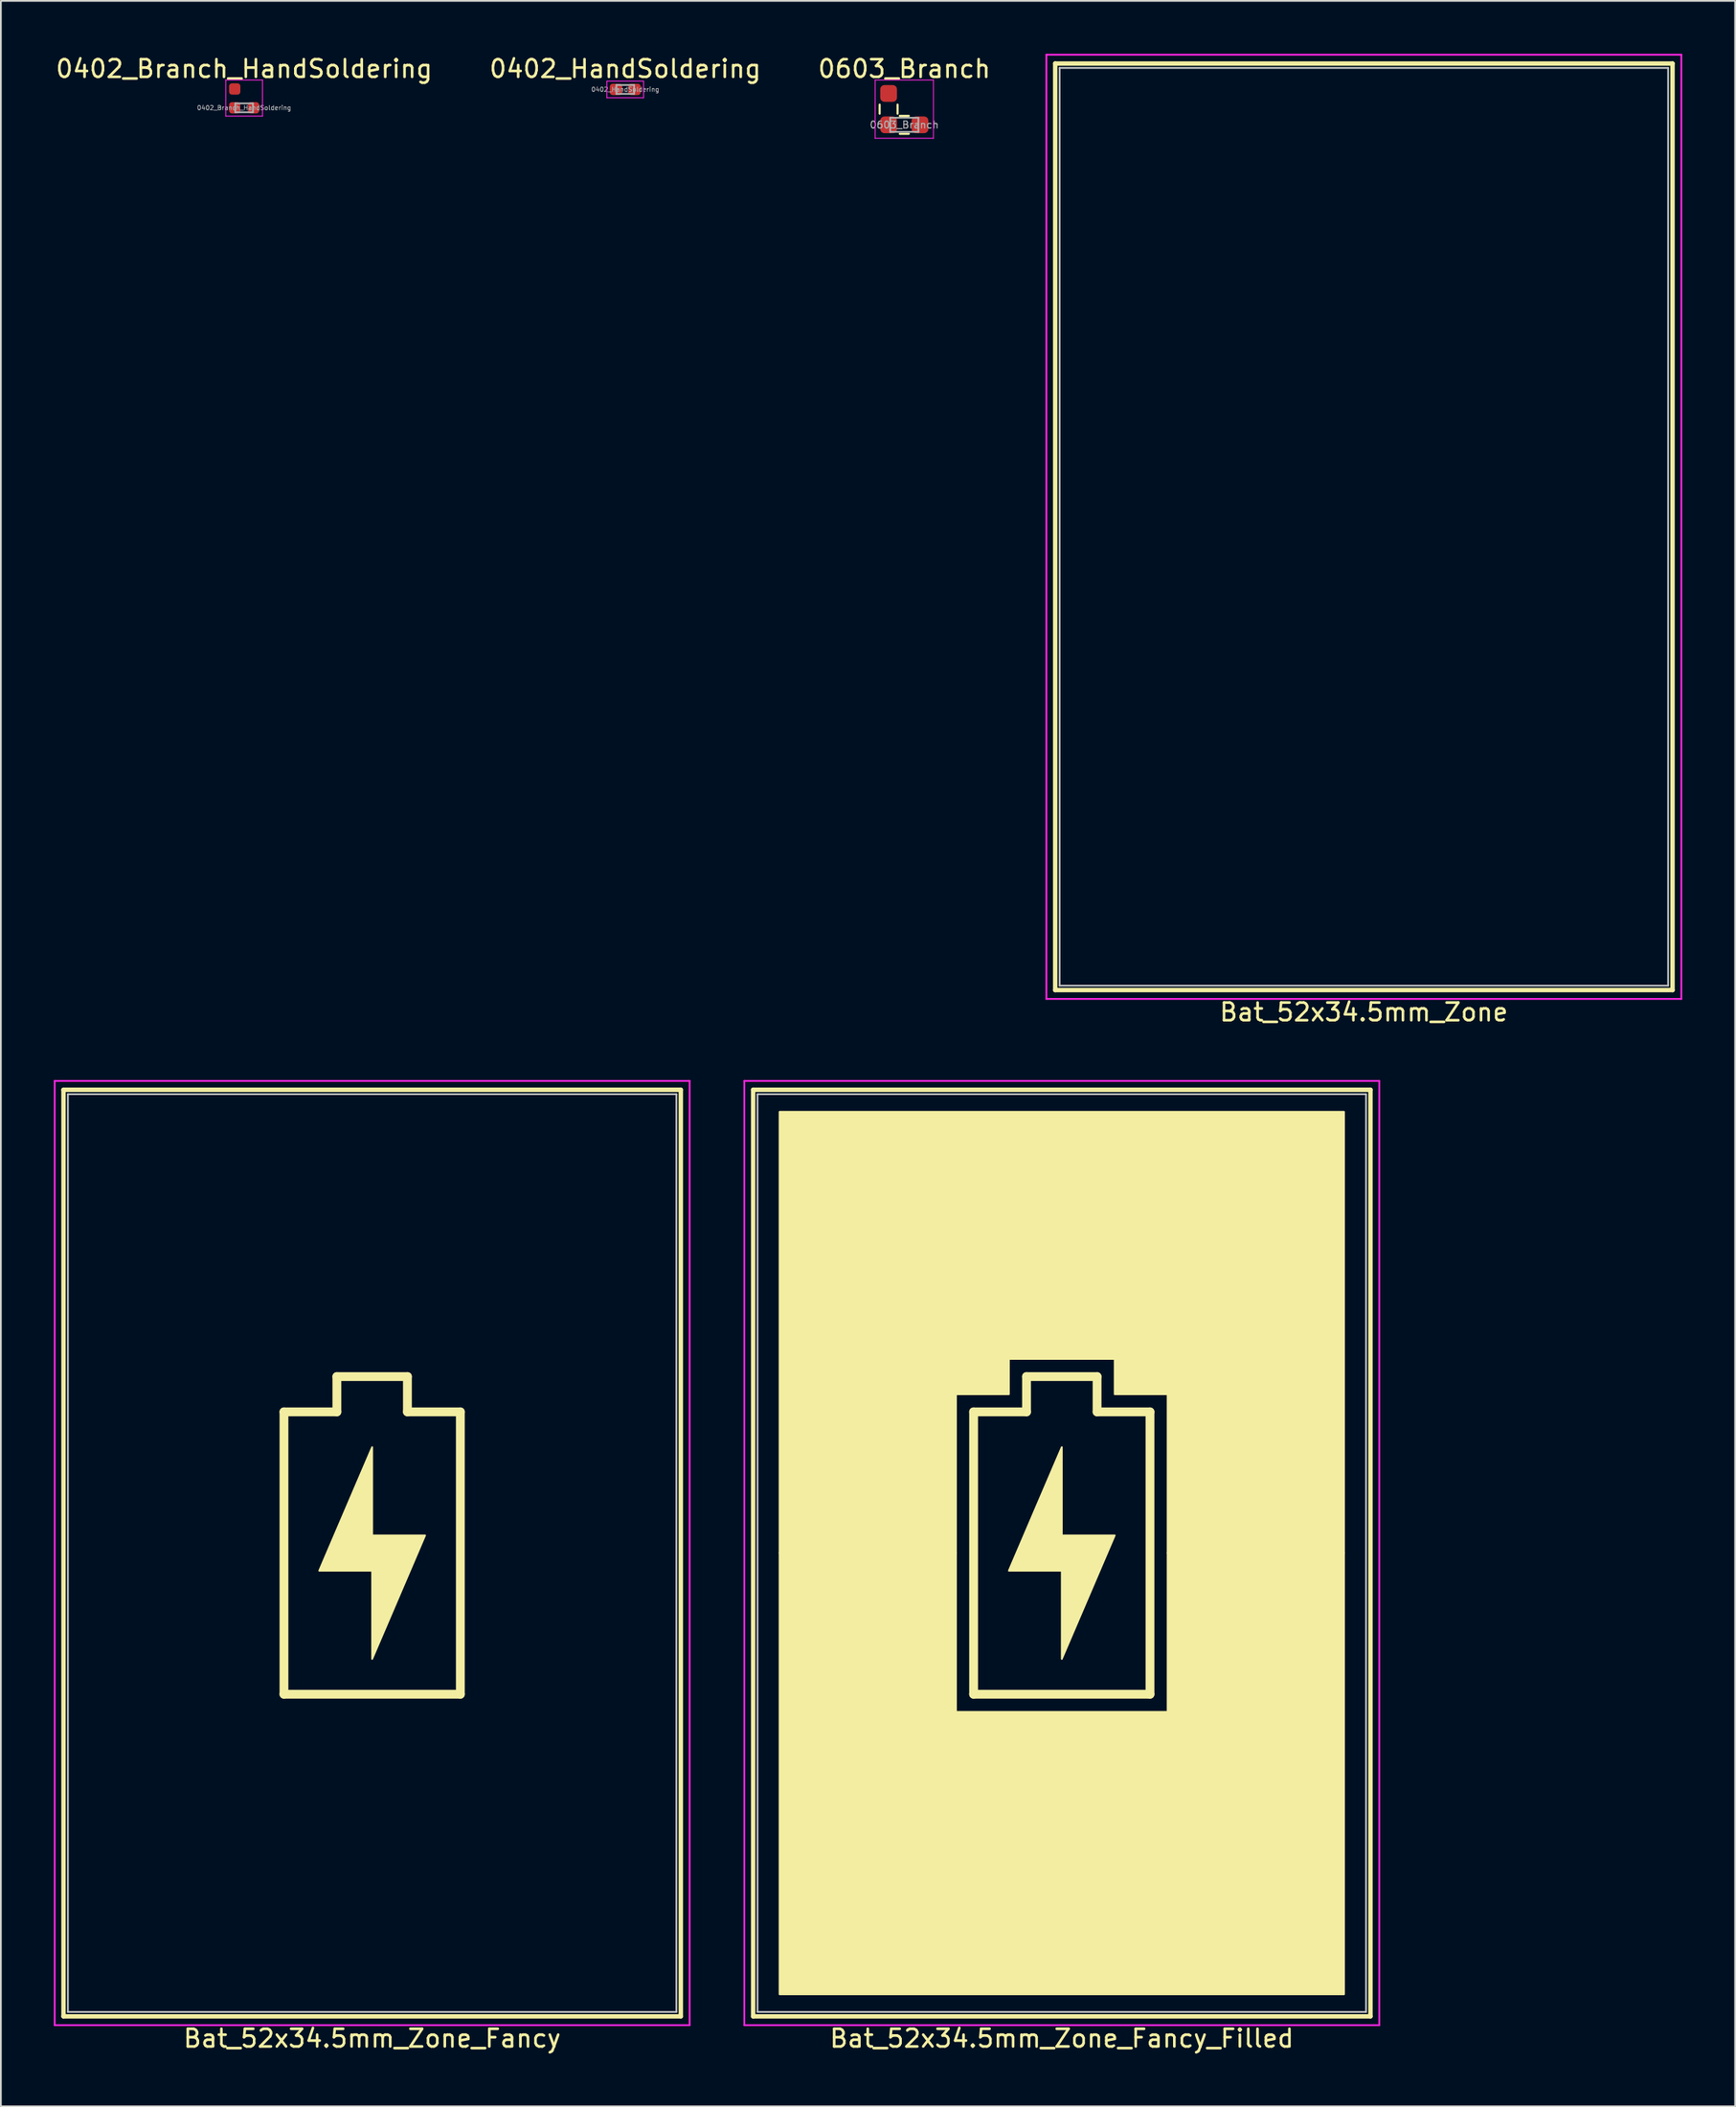
<source format=kicad_pcb>
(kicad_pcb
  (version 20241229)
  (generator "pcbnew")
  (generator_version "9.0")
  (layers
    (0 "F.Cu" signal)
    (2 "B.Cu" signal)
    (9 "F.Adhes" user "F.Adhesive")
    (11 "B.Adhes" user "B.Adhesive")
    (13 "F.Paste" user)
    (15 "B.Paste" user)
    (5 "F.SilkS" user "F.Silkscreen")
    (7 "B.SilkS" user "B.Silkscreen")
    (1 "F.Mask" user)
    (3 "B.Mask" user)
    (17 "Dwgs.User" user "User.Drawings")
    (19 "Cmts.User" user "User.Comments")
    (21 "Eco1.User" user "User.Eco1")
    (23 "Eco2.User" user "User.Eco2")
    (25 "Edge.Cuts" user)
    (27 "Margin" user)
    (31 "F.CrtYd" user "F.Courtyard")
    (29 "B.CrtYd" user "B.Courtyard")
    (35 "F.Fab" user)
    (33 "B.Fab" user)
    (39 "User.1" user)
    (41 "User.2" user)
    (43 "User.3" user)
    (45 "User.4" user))
  (footprint "Bat_52x34.5mm_Zone"
    (layer "F.Cu")
    (at 74.276 26.8)
    (property "Reference" "Bat_52x34.5mm_Zone" (at 0 27.5 0) (layer "F.SilkS") (effects (font (size 1 1) (thickness 0.15))))
    (attr smd)
    (fp_line (start -17.5 -26.25) (end -17.5 26.25) (stroke (width 0.25) (type solid)) (layer "F.SilkS"))
    (fp_line (start -17.5 -26.25) (end 17.5 -26.25) (stroke (width 0.25) (type solid)) (layer "F.SilkS"))
    (fp_line (start -17.5 26.25) (end 17.5 26.25) (stroke (width 0.25) (type solid)) (layer "F.SilkS"))
    (fp_line (start 17.5 -26.25) (end 17.5 26.25) (stroke (width 0.25) (type solid)) (layer "F.SilkS"))
    (fp_line (start -17.25 -26) (end -17.25 26) (stroke (width 0.1) (type solid)) (layer "Dwgs.User"))
    (fp_line (start -17.25 -26) (end 17.25 -26) (stroke (width 0.1) (type solid)) (layer "Dwgs.User"))
    (fp_line (start -17.25 26) (end 17.25 26) (stroke (width 0.1) (type solid)) (layer "Dwgs.User"))
    (fp_line (start 17.25 -26) (end 17.25 26) (stroke (width 0.1) (type solid)) (layer "Dwgs.User"))
    (fp_line (start -18 -26.75) (end -18 26.75) (stroke (width 0.1) (type solid)) (layer "F.CrtYd"))
    (fp_line (start -18 -26.75) (end 18 -26.75) (stroke (width 0.1) (type solid)) (layer "F.CrtYd"))
    (fp_line (start -18 26.75) (end 18 26.75) (stroke (width 0.1) (type solid)) (layer "F.CrtYd"))
    (fp_line (start 18 -26.75) (end 18 26.75) (stroke (width 0.1) (type solid)) (layer "F.CrtYd")))
  (footprint "0402_HandSoldering"
    (layer "F.Cu")
    (at 32.399 2.018)
    (property "Reference" "0402_HandSoldering" (at 0 -1.17 0) (layer "F.SilkS") (effects (font (size 1 1) (thickness 0.15))))
    (attr smd)
    (fp_line (start -1.041 -0.47) (end 1.041 -0.47) (stroke (width 0.05) (type solid)) (layer "F.CrtYd"))
    (fp_line (start -1.041 0.47) (end -1.041 -0.47) (stroke (width 0.05) (type solid)) (layer "F.CrtYd"))
    (fp_line (start 1.041 -0.47) (end 1.041 0.47) (stroke (width 0.05) (type solid)) (layer "F.CrtYd"))
    (fp_line (start 1.041 0.47) (end -1.041 0.47) (stroke (width 0.05) (type solid)) (layer "F.CrtYd"))
    (fp_line (start -0.5 -0.25) (end 0.5 -0.25) (stroke (width 0.1) (type solid)) (layer "F.Fab"))
    (fp_line (start -0.5 0.25) (end -0.5 -0.25) (stroke (width 0.1) (type solid)) (layer "F.Fab"))
    (fp_line (start 0.5 -0.25) (end 0.5 0.25) (stroke (width 0.1) (type solid)) (layer "F.Fab"))
    (fp_line (start 0.5 0.25) (end -0.5 0.25) (stroke (width 0.1) (type solid)) (layer "F.Fab"))
    (fp_text user "${REFERENCE}" (at 0 0 0) (layer "F.Fab") (effects (font (size 0.25 0.25) (thickness 0.04))))
    (pad "1" smd roundrect (at -0.521 0) (size 0.711 0.64) (layers "F.Cu" "F.Mask" "F.Paste") (roundrect_rratio 0.25))
    (pad "2" smd roundrect (at 0.521 0) (size 0.711 0.64) (layers "F.Cu" "F.Mask" "F.Paste") (roundrect_rratio 0.25)))
  (footprint "0603_Branch"
    (layer "F.Cu")
    (at 47.331 4.023)
    (property "Reference" "0603_Branch" (at 0.889 -3.175 0) (layer "F.SilkS") (effects (font (size 1 1) (thickness 0.15))))
    (attr smd)
    (fp_line (start -0.508 -0.635) (end -0.508 -1.143) (stroke (width 0.12) (type solid)) (layer "F.SilkS"))
    (fp_line (start 0.508 -0.635) (end 0.508 -1.143) (stroke (width 0.12) (type solid)) (layer "F.SilkS"))
    (fp_line (start 0.635 -0.508) (end 1.143 -0.508) (stroke (width 0.12) (type solid)) (layer "F.SilkS"))
    (fp_line (start 0.635 0.508) (end 1.143 0.508) (stroke (width 0.12) (type solid)) (layer "F.SilkS"))
    (fp_line (start -0.762 -2.54) (end 2.539 -2.54) (stroke (width 0.05) (type solid)) (layer "F.CrtYd"))
    (fp_line (start -0.762 0.762) (end -0.762 -2.54) (stroke (width 0.05) (type solid)) (layer "F.CrtYd"))
    (fp_line (start 2.54 -2.54) (end 2.54 0.762) (stroke (width 0.05) (type solid)) (layer "F.CrtYd"))
    (fp_line (start 2.54 0.762) (end -0.762 0.762) (stroke (width 0.05) (type solid)) (layer "F.CrtYd"))
    (fp_line (start 0.089 -0.4) (end 1.689 -0.4) (stroke (width 0.1) (type solid)) (layer "F.Fab"))
    (fp_line (start 0.089 0.4) (end 0.089 -0.4) (stroke (width 0.1) (type solid)) (layer "F.Fab"))
    (fp_line (start 1.689 -0.4) (end 1.689 0.4) (stroke (width 0.1) (type solid)) (layer "F.Fab"))
    (fp_line (start 1.689 0.4) (end 0.089 0.4) (stroke (width 0.1) (type solid)) (layer "F.Fab"))
    (fp_text user "${REFERENCE}" (at 0.889 0 0) (layer "F.Fab") (effects (font (size 0.4 0.4) (thickness 0.06))))
    (pad "1" smd roundrect (at 0 0) (size 0.95 0.95) (layers "F.Cu" "F.Mask" "F.Paste") (roundrect_rratio 0.25))
    (pad "2" smd roundrect (at 1.778 0) (size 0.95 0.95) (layers "F.Cu" "F.Mask" "F.Paste") (roundrect_rratio 0.25))
    (pad "3" smd roundrect (at 0 -1.778) (size 0.95 0.95) (layers "F.Cu" "F.Mask" "F.Paste") (roundrect_rratio 0.25)))
  (footprint "Bat_52x34.5mm_Zone_Fancy_Filled"
    (layer "F.Cu")
    (at 57.15 84.948)
    (property "Reference" "Bat_52x34.5mm_Zone_Fancy_Filled" (at 0 27.5 0) (layer "F.SilkS") (effects (font (size 1 1) (thickness 0.15))))
    (attr smd)
    (fp_line (start -17.5 -26.25) (end -17.5 26.25) (stroke (width 0.25) (type solid)) (layer "F.SilkS"))
    (fp_line (start -17.5 -26.25) (end 17.5 -26.25) (stroke (width 0.25) (type solid)) (layer "F.SilkS"))
    (fp_line (start -17.5 26.25) (end 17.5 26.25) (stroke (width 0.25) (type solid)) (layer "F.SilkS"))
    (fp_line (start -5 -8) (end -5 8) (stroke (width 0.5) (type solid)) (layer "F.SilkS"))
    (fp_line (start -2 -8) (end -5 -8) (stroke (width 0.5) (type solid)) (layer "F.SilkS"))
    (fp_line (start -2 -8) (end -2 -10) (stroke (width 0.5) (type solid)) (layer "F.SilkS"))
    (fp_line (start 2 -10) (end -2 -10) (stroke (width 0.5) (type solid)) (layer "F.SilkS"))
    (fp_line (start 2 -8) (end 2 -10) (stroke (width 0.5) (type solid)) (layer "F.SilkS"))
    (fp_line (start 5 -8) (end 2 -8) (stroke (width 0.5) (type solid)) (layer "F.SilkS"))
    (fp_line (start 5 -8) (end 5 8) (stroke (width 0.5) (type solid)) (layer "F.SilkS"))
    (fp_line (start 5 8) (end -5 8) (stroke (width 0.5) (type solid)) (layer "F.SilkS"))
    (fp_line (start 17.5 -26.25) (end 17.5 26.25) (stroke (width 0.25) (type solid)) (layer "F.SilkS"))
    (fp_poly (pts (xy 0 -1) (xy 3 -1) (xy 0 6) (xy 0 1) (xy -3 1) (xy 0 -6)) (stroke (width 0.1) (type solid)) (fill yes) (layer "F.SilkS"))
    (fp_poly (pts (xy -6 9) (xy 6 9) (xy 6 0) (xy 16 0) (xy 16 25) (xy -16 25) (xy -16 0) (xy -6 0)) (stroke (width 0.1) (type solid)) (fill yes) (layer "F.SilkS"))
    (fp_poly (pts (xy 16 0) (xy 6 0) (xy 6 -9) (xy 3 -9) (xy 3 -11) (xy -3 -11) (xy -3 -9) (xy -6 -9) (xy -6 0) (xy -16 0) (xy -16 -25) (xy 16 -25)) (stroke (width 0.1) (type solid)) (fill yes) (layer "F.SilkS"))
    (fp_line (start -17.25 -26) (end -17.25 26) (stroke (width 0.1) (type solid)) (layer "Dwgs.User"))
    (fp_line (start -17.25 -26) (end 17.25 -26) (stroke (width 0.1) (type solid)) (layer "Dwgs.User"))
    (fp_line (start -17.25 26) (end 17.25 26) (stroke (width 0.1) (type solid)) (layer "Dwgs.User"))
    (fp_line (start 17.25 -26) (end 17.25 26) (stroke (width 0.1) (type solid)) (layer "Dwgs.User"))
    (fp_line (start -18 -26.75) (end -18 26.75) (stroke (width 0.1) (type solid)) (layer "F.CrtYd"))
    (fp_line (start -18 -26.75) (end 18 -26.75) (stroke (width 0.1) (type solid)) (layer "F.CrtYd"))
    (fp_line (start -18 26.75) (end 18 26.75) (stroke (width 0.1) (type solid)) (layer "F.CrtYd"))
    (fp_line (start 18 -26.75) (end 18 26.75) (stroke (width 0.1) (type solid)) (layer "F.CrtYd")))
  (footprint "Bat_52x34.5mm_Zone_Fancy"
    (layer "F.Cu")
    (at 18.05 84.948)
    (property "Reference" "Bat_52x34.5mm_Zone_Fancy" (at 0 27.5 0) (layer "F.SilkS") (effects (font (size 1 1) (thickness 0.15))))
    (attr smd)
    (fp_line (start -17.5 -26.25) (end -17.5 26.25) (stroke (width 0.25) (type solid)) (layer "F.SilkS"))
    (fp_line (start -17.5 -26.25) (end 17.5 -26.25) (stroke (width 0.25) (type solid)) (layer "F.SilkS"))
    (fp_line (start -17.5 26.25) (end 17.5 26.25) (stroke (width 0.25) (type solid)) (layer "F.SilkS"))
    (fp_line (start -5 -8) (end -5 8) (stroke (width 0.5) (type solid)) (layer "F.SilkS"))
    (fp_line (start -2 -8) (end -5 -8) (stroke (width 0.5) (type solid)) (layer "F.SilkS"))
    (fp_line (start -2 -8) (end -2 -10) (stroke (width 0.5) (type solid)) (layer "F.SilkS"))
    (fp_line (start 2 -10) (end -2 -10) (stroke (width 0.5) (type solid)) (layer "F.SilkS"))
    (fp_line (start 2 -8) (end 2 -10) (stroke (width 0.5) (type solid)) (layer "F.SilkS"))
    (fp_line (start 5 -8) (end 2 -8) (stroke (width 0.5) (type solid)) (layer "F.SilkS"))
    (fp_line (start 5 -8) (end 5 8) (stroke (width 0.5) (type solid)) (layer "F.SilkS"))
    (fp_line (start 5 8) (end -5 8) (stroke (width 0.5) (type solid)) (layer "F.SilkS"))
    (fp_line (start 17.5 -26.25) (end 17.5 26.25) (stroke (width 0.25) (type solid)) (layer "F.SilkS"))
    (fp_poly (pts (xy 0 -1) (xy 3 -1) (xy 0 6) (xy 0 1) (xy -3 1) (xy 0 -6)) (stroke (width 0.1) (type solid)) (fill yes) (layer "F.SilkS"))
    (fp_line (start -17.25 -26) (end -17.25 26) (stroke (width 0.1) (type solid)) (layer "Dwgs.User"))
    (fp_line (start -17.25 -26) (end 17.25 -26) (stroke (width 0.1) (type solid)) (layer "Dwgs.User"))
    (fp_line (start -17.25 26) (end 17.25 26) (stroke (width 0.1) (type solid)) (layer "Dwgs.User"))
    (fp_line (start 17.25 -26) (end 17.25 26) (stroke (width 0.1) (type solid)) (layer "Dwgs.User"))
    (fp_line (start -18 -26.75) (end -18 26.75) (stroke (width 0.1) (type solid)) (layer "F.CrtYd"))
    (fp_line (start -18 -26.75) (end 18 -26.75) (stroke (width 0.1) (type solid)) (layer "F.CrtYd"))
    (fp_line (start -18 26.75) (end 18 26.75) (stroke (width 0.1) (type solid)) (layer "F.CrtYd"))
    (fp_line (start 18 -26.75) (end 18 26.75) (stroke (width 0.1) (type solid)) (layer "F.CrtYd")))
  (footprint "0402_Branch_HandSoldering"
    (layer "F.Cu")
    (at 10.258 3.058)
    (property "Reference" "0402_Branch_HandSoldering" (at 0.533 -2.21 0) (layer "F.SilkS") (effects (font (size 1 1) (thickness 0.15))))
    (attr smd)
    (fp_line (start -0.508 -1.575) (end 1.575 -1.575) (stroke (width 0.05) (type solid)) (layer "F.CrtYd"))
    (fp_line (start -0.508 0.47) (end -0.508 -1.575) (stroke (width 0.05) (type solid)) (layer "F.CrtYd"))
    (fp_line (start 1.575 -1.575) (end 1.575 0.47) (stroke (width 0.05) (type solid)) (layer "F.CrtYd"))
    (fp_line (start 1.575 0.47) (end -0.508 0.47) (stroke (width 0.05) (type solid)) (layer "F.CrtYd"))
    (fp_line (start 0.033 -0.25) (end 1.033 -0.25) (stroke (width 0.1) (type solid)) (layer "F.Fab"))
    (fp_line (start 0.033 0.25) (end 0.033 -0.25) (stroke (width 0.1) (type solid)) (layer "F.Fab"))
    (fp_line (start 1.033 -0.25) (end 1.033 0.25) (stroke (width 0.1) (type solid)) (layer "F.Fab"))
    (fp_line (start 1.033 0.25) (end 0.033 0.25) (stroke (width 0.1) (type solid)) (layer "F.Fab"))
    (fp_text user "${REFERENCE}" (at 0.533 0 0) (layer "F.Fab") (effects (font (size 0.25 0.25) (thickness 0.04))))
    (pad "1" smd roundrect (at 0 0) (size 0.64 0.64) (layers "F.Cu" "F.Mask" "F.Paste") (roundrect_rratio 0.25))
    (pad "2" smd roundrect (at 1.067 0) (size 0.64 0.64) (layers "F.Cu" "F.Mask" "F.Paste") (roundrect_rratio 0.25))
    (pad "3" smd roundrect (at 0 -1.067) (size 0.64 0.64) (layers "F.Cu" "F.Mask" "F.Paste") (roundrect_rratio 0.25)))
  (gr_rect
    (start -3 -3)
    (end 95.326 116.296)
    (stroke (width 0.1) (type default))
    (fill no)
    (layer "Edge.Cuts")))
</source>
